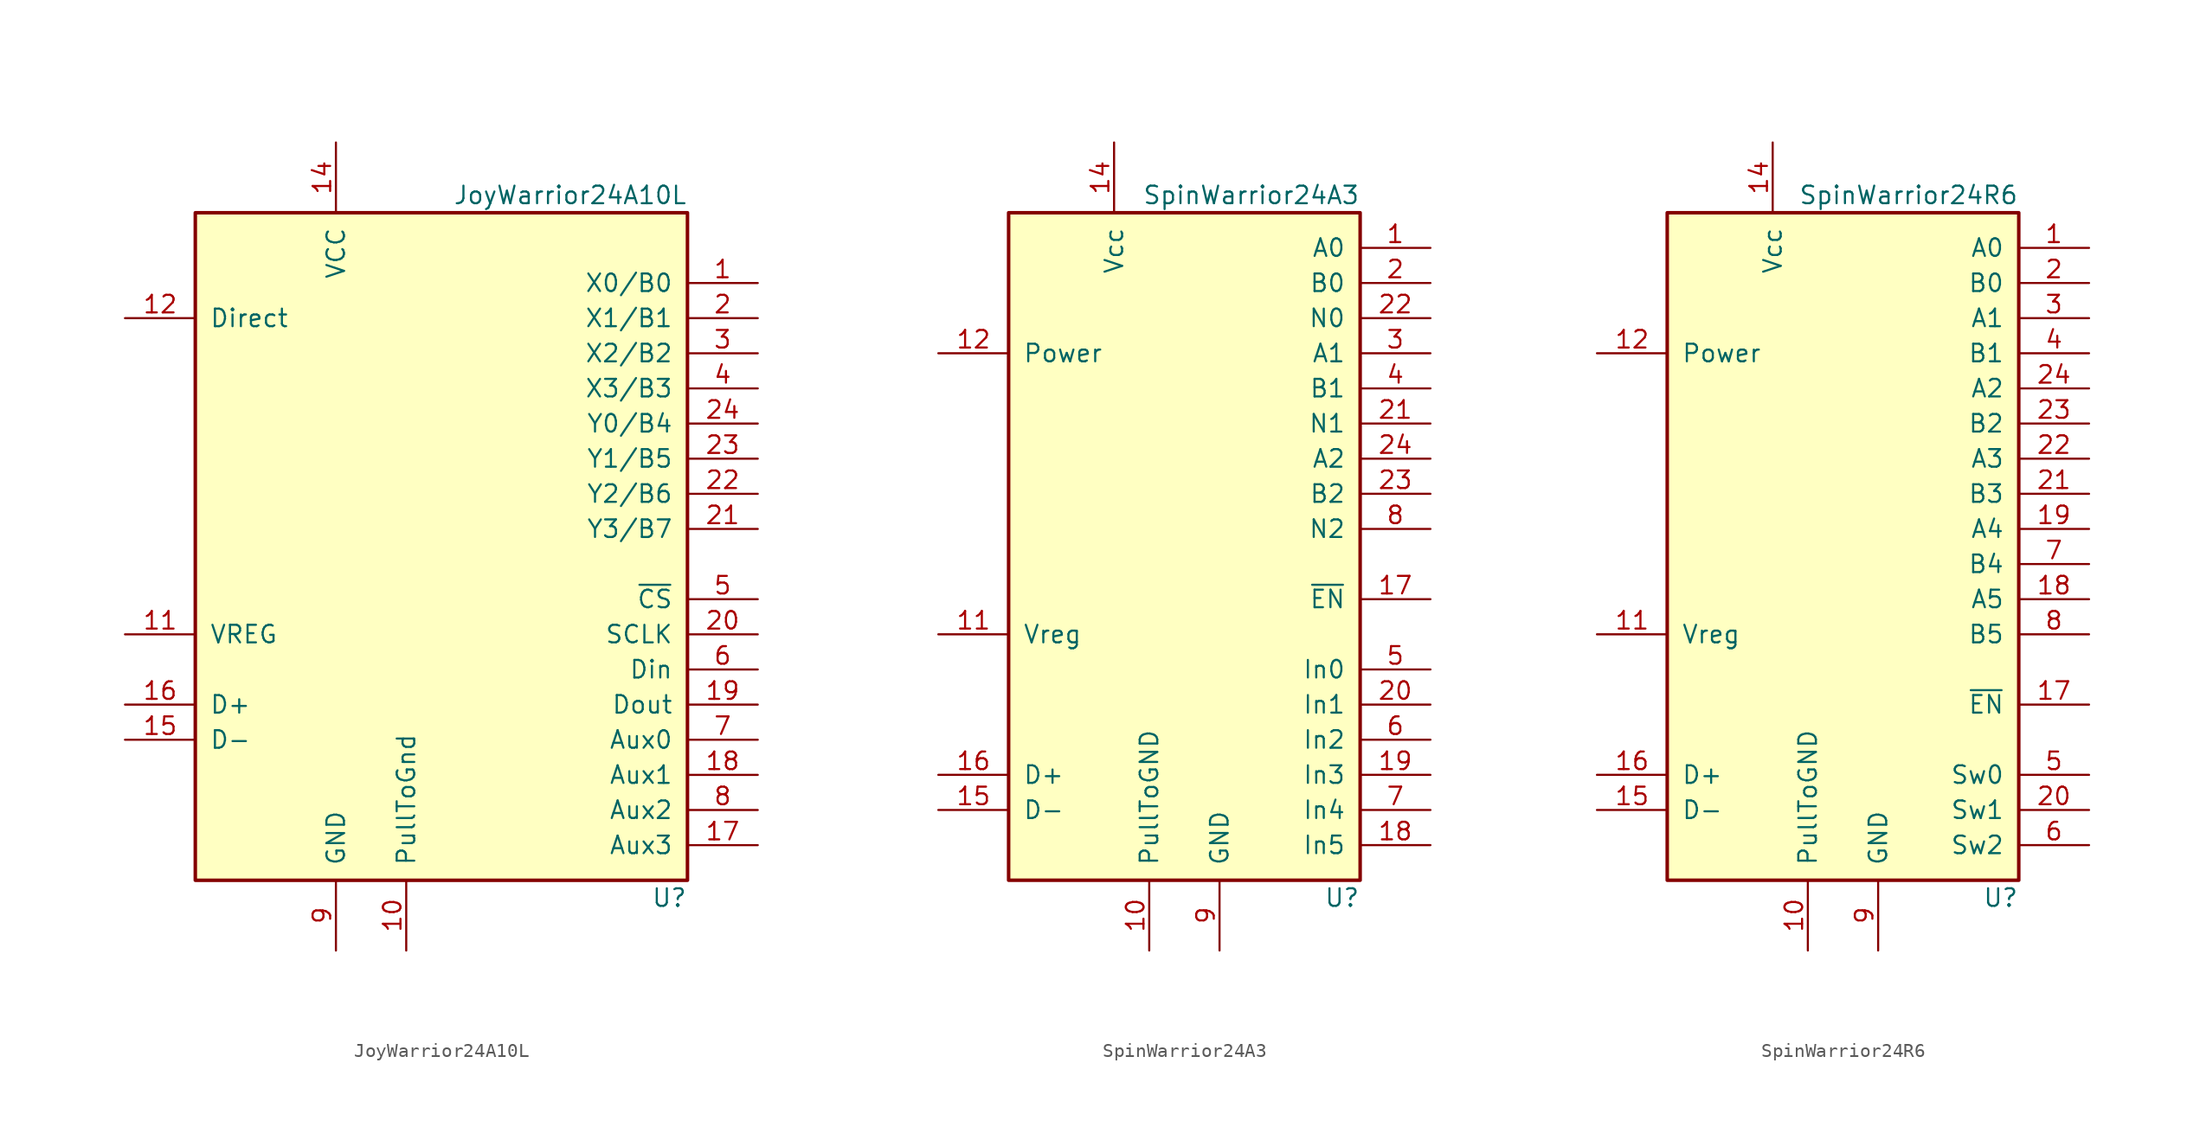
<source format=kicad_sym>
(kicad_symbol_lib
  (version 20201005)
  (generator kicad_symbol_editor)
  (symbol "JoyWarrior24A10L"
    (pin_names
      (offset 1.016))
    (property "Reference" "U"
      (at 17.78 -24.13 0)
      (effects (font (size 1.27 1.27)) (justify right)))
    (property "Value" "JoyWarrior24A10L"
      (at 17.78 26.67 0)
      (effects (font (size 1.27 1.27)) (justify right)))
    (symbol "JoyWarrior24A10L_0_1"
      (rectangle (start -17.78 25.4) (end 17.78 -22.86) (stroke (width 0.254)) (fill (type background))))
    (symbol "JoyWarrior24A10L_1_1"
      (pin input line (at 22.86 20.32 180) (length 5.08) (name "X0/B0" (effects (font (size 1.27 1.27)))) (number "1" (effects (font (size 1.27 1.27)))))
      (pin input line (at 22.86 17.78 180) (length 5.08) (name "X1/B1" (effects (font (size 1.27 1.27)))) (number "2" (effects (font (size 1.27 1.27)))))
      (pin input line (at 22.86 15.24 180) (length 5.08) (name "X2/B2" (effects (font (size 1.27 1.27)))) (number "3" (effects (font (size 1.27 1.27)))))
      (pin input line (at 22.86 12.7 180) (length 5.08) (name "X3/B3" (effects (font (size 1.27 1.27)))) (number "4" (effects (font (size 1.27 1.27)))))
      (pin output line (at 22.86 -2.54 180) (length 5.08) (name "~CS" (effects (font (size 1.27 1.27)))) (number "5" (effects (font (size 1.27 1.27)))))
      (pin input line (at 22.86 -7.62 180) (length 5.08) (name "Din" (effects (font (size 1.27 1.27)))) (number "6" (effects (font (size 1.27 1.27)))))
      (pin output line (at 22.86 -12.7 180) (length 5.08) (name "Aux0" (effects (font (size 1.27 1.27)))) (number "7" (effects (font (size 1.27 1.27)))))
      (pin output line (at 22.86 -17.78 180) (length 5.08) (name "Aux2" (effects (font (size 1.27 1.27)))) (number "8" (effects (font (size 1.27 1.27)))))
      (pin power_in line (at -7.62 -27.94 90) (length 5.08) (name "GND" (effects (font (size 1.27 1.27)))) (number "9" (effects (font (size 1.27 1.27)))))
      (pin input line (at -2.54 -27.94 90) (length 5.08) (name "PullToGnd" (effects (font (size 1.27 1.27)))) (number "10" (effects (font (size 1.27 1.27)))))
      (pin output line (at 22.86 -5.08 180) (length 5.08) (name "SCLK" (effects (font (size 1.27 1.27)))) (number "20" (effects (font (size 1.27 1.27)))))
      (pin power_out line (at -22.86 -5.08 0) (length 5.08) (name "VREG" (effects (font (size 1.27 1.27)))) (number "11" (effects (font (size 1.27 1.27)))))
      (pin input line (at 22.86 2.54 180) (length 5.08) (name "Y3/B7" (effects (font (size 1.27 1.27)))) (number "21" (effects (font (size 1.27 1.27)))))
      (pin input line (at -22.86 17.78 0) (length 5.08) (name "Direct" (effects (font (size 1.27 1.27)))) (number "12" (effects (font (size 1.27 1.27)))))
      (pin input line (at 22.86 5.08 180) (length 5.08) (name "Y2/B6" (effects (font (size 1.27 1.27)))) (number "22" (effects (font (size 1.27 1.27)))))
      (pin no_connect line (at -22.86 22.86 0) (length 5.08) hide (name "NC" (effects (font (size 1.27 1.27)))) (number "13" (effects (font (size 1.27 1.27)))))
      (pin input line (at 22.86 7.62 180) (length 5.08) (name "Y1/B5" (effects (font (size 1.27 1.27)))) (number "23" (effects (font (size 1.27 1.27)))))
      (pin power_in line (at -7.62 30.48 270) (length 5.08) (name "VCC" (effects (font (size 1.27 1.27)))) (number "14" (effects (font (size 1.27 1.27)))))
      (pin input line (at 22.86 10.16 180) (length 5.08) (name "Y0/B4" (effects (font (size 1.27 1.27)))) (number "24" (effects (font (size 1.27 1.27)))))
      (pin bidirectional line (at -22.86 -12.7 0) (length 5.08) (name "D-" (effects (font (size 1.27 1.27)))) (number "15" (effects (font (size 1.27 1.27)))))
      (pin bidirectional line (at -22.86 -10.16 0) (length 5.08) (name "D+" (effects (font (size 1.27 1.27)))) (number "16" (effects (font (size 1.27 1.27)))))
      (pin output line (at 22.86 -20.32 180) (length 5.08) (name "Aux3" (effects (font (size 1.27 1.27)))) (number "17" (effects (font (size 1.27 1.27)))))
      (pin output line (at 22.86 -15.24 180) (length 5.08) (name "Aux1" (effects (font (size 1.27 1.27)))) (number "18" (effects (font (size 1.27 1.27)))))
      (pin output line (at 22.86 -10.16 180) (length 5.08) (name "Dout" (effects (font (size 1.27 1.27)))) (number "19" (effects (font (size 1.27 1.27)))))))
  (symbol "SpinWarrior24A3"
    (pin_names
      (offset 1.016))
    (property "Reference" "U"
      (at 12.7 -24.13 0)
      (effects (font (size 1.27 1.27)) (justify right)))
    (property "Value" "SpinWarrior24A3"
      (at 12.7 26.67 0)
      (effects (font (size 1.27 1.27)) (justify right)))
    (symbol "SpinWarrior24A3_1_1"
      (rectangle (start -12.7 25.4) (end 12.7 -22.86) (stroke (width 0.254)) (fill (type background)))
      (pin input line (at 17.78 22.86 180) (length 5.08) (name "A0" (effects (font (size 1.27 1.27)))) (number "1" (effects (font (size 1.27 1.27)))))
      (pin input line (at 17.78 20.32 180) (length 5.08) (name "B0" (effects (font (size 1.27 1.27)))) (number "2" (effects (font (size 1.27 1.27)))))
      (pin input line (at 17.78 15.24 180) (length 5.08) (name "A1" (effects (font (size 1.27 1.27)))) (number "3" (effects (font (size 1.27 1.27)))))
      (pin input line (at 17.78 12.7 180) (length 5.08) (name "B1" (effects (font (size 1.27 1.27)))) (number "4" (effects (font (size 1.27 1.27)))))
      (pin input line (at 17.78 -7.62 180) (length 5.08) (name "In0" (effects (font (size 1.27 1.27)))) (number "5" (effects (font (size 1.27 1.27)))))
      (pin input line (at 17.78 -12.7 180) (length 5.08) (name "In2" (effects (font (size 1.27 1.27)))) (number "6" (effects (font (size 1.27 1.27)))))
      (pin input line (at 17.78 -17.78 180) (length 5.08) (name "In4" (effects (font (size 1.27 1.27)))) (number "7" (effects (font (size 1.27 1.27)))))
      (pin input line (at 17.78 2.54 180) (length 5.08) (name "N2" (effects (font (size 1.27 1.27)))) (number "8" (effects (font (size 1.27 1.27)))))
      (pin power_in line (at 2.54 -27.94 90) (length 5.08) (name "GND" (effects (font (size 1.27 1.27)))) (number "9" (effects (font (size 1.27 1.27)))))
      (pin input line (at -2.54 -27.94 90) (length 5.08) (name "PullToGND" (effects (font (size 1.27 1.27)))) (number "10" (effects (font (size 1.27 1.27)))))
      (pin input line (at 17.78 -10.16 180) (length 5.08) (name "In1" (effects (font (size 1.27 1.27)))) (number "20" (effects (font (size 1.27 1.27)))))
      (pin power_out line (at -17.78 -5.08 0) (length 5.08) (name "Vreg" (effects (font (size 1.27 1.27)))) (number "11" (effects (font (size 1.27 1.27)))))
      (pin input line (at 17.78 10.16 180) (length 5.08) (name "N1" (effects (font (size 1.27 1.27)))) (number "21" (effects (font (size 1.27 1.27)))))
      (pin input line (at -17.78 15.24 0) (length 5.08) (name "Power" (effects (font (size 1.27 1.27)))) (number "12" (effects (font (size 1.27 1.27)))))
      (pin input line (at 17.78 17.78 180) (length 5.08) (name "N0" (effects (font (size 1.27 1.27)))) (number "22" (effects (font (size 1.27 1.27)))))
      (pin no_connect line (at -17.78 22.86 0) (length 5.08) hide (name "NC" (effects (font (size 1.27 1.27)))) (number "13" (effects (font (size 1.27 1.27)))))
      (pin input line (at 17.78 5.08 180) (length 5.08) (name "B2" (effects (font (size 1.27 1.27)))) (number "23" (effects (font (size 1.27 1.27)))))
      (pin power_in line (at -5.08 30.48 270) (length 5.08) (name "Vcc" (effects (font (size 1.27 1.27)))) (number "14" (effects (font (size 1.27 1.27)))))
      (pin input line (at 17.78 7.62 180) (length 5.08) (name "A2" (effects (font (size 1.27 1.27)))) (number "24" (effects (font (size 1.27 1.27)))))
      (pin bidirectional line (at -17.78 -17.78 0) (length 5.08) (name "D-" (effects (font (size 1.27 1.27)))) (number "15" (effects (font (size 1.27 1.27)))))
      (pin bidirectional line (at -17.78 -15.24 0) (length 5.08) (name "D+" (effects (font (size 1.27 1.27)))) (number "16" (effects (font (size 1.27 1.27)))))
      (pin open_collector line (at 17.78 -2.54 180) (length 5.08) (name "~EN" (effects (font (size 1.27 1.27)))) (number "17" (effects (font (size 1.27 1.27)))))
      (pin input line (at 17.78 -20.32 180) (length 5.08) (name "In5" (effects (font (size 1.27 1.27)))) (number "18" (effects (font (size 1.27 1.27)))))
      (pin input line (at 17.78 -15.24 180) (length 5.08) (name "In3" (effects (font (size 1.27 1.27)))) (number "19" (effects (font (size 1.27 1.27)))))))
  (symbol "SpinWarrior24R6"
    (pin_names
      (offset 1.016))
    (property "Reference" "U"
      (at 12.7 -24.13 0)
      (effects (font (size 1.27 1.27)) (justify right)))
    (property "Value" "SpinWarrior24R6"
      (at 12.7 26.67 0)
      (effects (font (size 1.27 1.27)) (justify right)))
    (symbol "SpinWarrior24R6_1_1"
      (rectangle (start -12.7 25.4) (end 12.7 -22.86) (stroke (width 0.254)) (fill (type background)))
      (pin input line (at 17.78 22.86 180) (length 5.08) (name "A0" (effects (font (size 1.27 1.27)))) (number "1" (effects (font (size 1.27 1.27)))))
      (pin input line (at 17.78 20.32 180) (length 5.08) (name "B0" (effects (font (size 1.27 1.27)))) (number "2" (effects (font (size 1.27 1.27)))))
      (pin input line (at 17.78 17.78 180) (length 5.08) (name "A1" (effects (font (size 1.27 1.27)))) (number "3" (effects (font (size 1.27 1.27)))))
      (pin input line (at 17.78 15.24 180) (length 5.08) (name "B1" (effects (font (size 1.27 1.27)))) (number "4" (effects (font (size 1.27 1.27)))))
      (pin input line (at 17.78 -15.24 180) (length 5.08) (name "Sw0" (effects (font (size 1.27 1.27)))) (number "5" (effects (font (size 1.27 1.27)))))
      (pin input line (at 17.78 -20.32 180) (length 5.08) (name "Sw2" (effects (font (size 1.27 1.27)))) (number "6" (effects (font (size 1.27 1.27)))))
      (pin input line (at 17.78 0 180) (length 5.08) (name "B4" (effects (font (size 1.27 1.27)))) (number "7" (effects (font (size 1.27 1.27)))))
      (pin input line (at 17.78 -5.08 180) (length 5.08) (name "B5" (effects (font (size 1.27 1.27)))) (number "8" (effects (font (size 1.27 1.27)))))
      (pin power_in line (at 2.54 -27.94 90) (length 5.08) (name "GND" (effects (font (size 1.27 1.27)))) (number "9" (effects (font (size 1.27 1.27)))))
      (pin input line (at -2.54 -27.94 90) (length 5.08) (name "PullToGND" (effects (font (size 1.27 1.27)))) (number "10" (effects (font (size 1.27 1.27)))))
      (pin input line (at 17.78 -17.78 180) (length 5.08) (name "Sw1" (effects (font (size 1.27 1.27)))) (number "20" (effects (font (size 1.27 1.27)))))
      (pin power_out line (at -17.78 -5.08 0) (length 5.08) (name "Vreg" (effects (font (size 1.27 1.27)))) (number "11" (effects (font (size 1.27 1.27)))))
      (pin input line (at 17.78 5.08 180) (length 5.08) (name "B3" (effects (font (size 1.27 1.27)))) (number "21" (effects (font (size 1.27 1.27)))))
      (pin input line (at -17.78 15.24 0) (length 5.08) (name "Power" (effects (font (size 1.27 1.27)))) (number "12" (effects (font (size 1.27 1.27)))))
      (pin input line (at 17.78 7.62 180) (length 5.08) (name "A3" (effects (font (size 1.27 1.27)))) (number "22" (effects (font (size 1.27 1.27)))))
      (pin no_connect line (at -17.78 22.86 0) (length 5.08) hide (name "NC" (effects (font (size 1.27 1.27)))) (number "13" (effects (font (size 1.27 1.27)))))
      (pin input line (at 17.78 10.16 180) (length 5.08) (name "B2" (effects (font (size 1.27 1.27)))) (number "23" (effects (font (size 1.27 1.27)))))
      (pin power_in line (at -5.08 30.48 270) (length 5.08) (name "Vcc" (effects (font (size 1.27 1.27)))) (number "14" (effects (font (size 1.27 1.27)))))
      (pin input line (at 17.78 12.7 180) (length 5.08) (name "A2" (effects (font (size 1.27 1.27)))) (number "24" (effects (font (size 1.27 1.27)))))
      (pin bidirectional line (at -17.78 -17.78 0) (length 5.08) (name "D-" (effects (font (size 1.27 1.27)))) (number "15" (effects (font (size 1.27 1.27)))))
      (pin bidirectional line (at -17.78 -15.24 0) (length 5.08) (name "D+" (effects (font (size 1.27 1.27)))) (number "16" (effects (font (size 1.27 1.27)))))
      (pin open_collector line (at 17.78 -10.16 180) (length 5.08) (name "~EN" (effects (font (size 1.27 1.27)))) (number "17" (effects (font (size 1.27 1.27)))))
      (pin input line (at 17.78 -2.54 180) (length 5.08) (name "A5" (effects (font (size 1.27 1.27)))) (number "18" (effects (font (size 1.27 1.27)))))
      (pin input line (at 17.78 2.54 180) (length 5.08) (name "A4" (effects (font (size 1.27 1.27)))) (number "19" (effects (font (size 1.27 1.27))))))))
</source>
